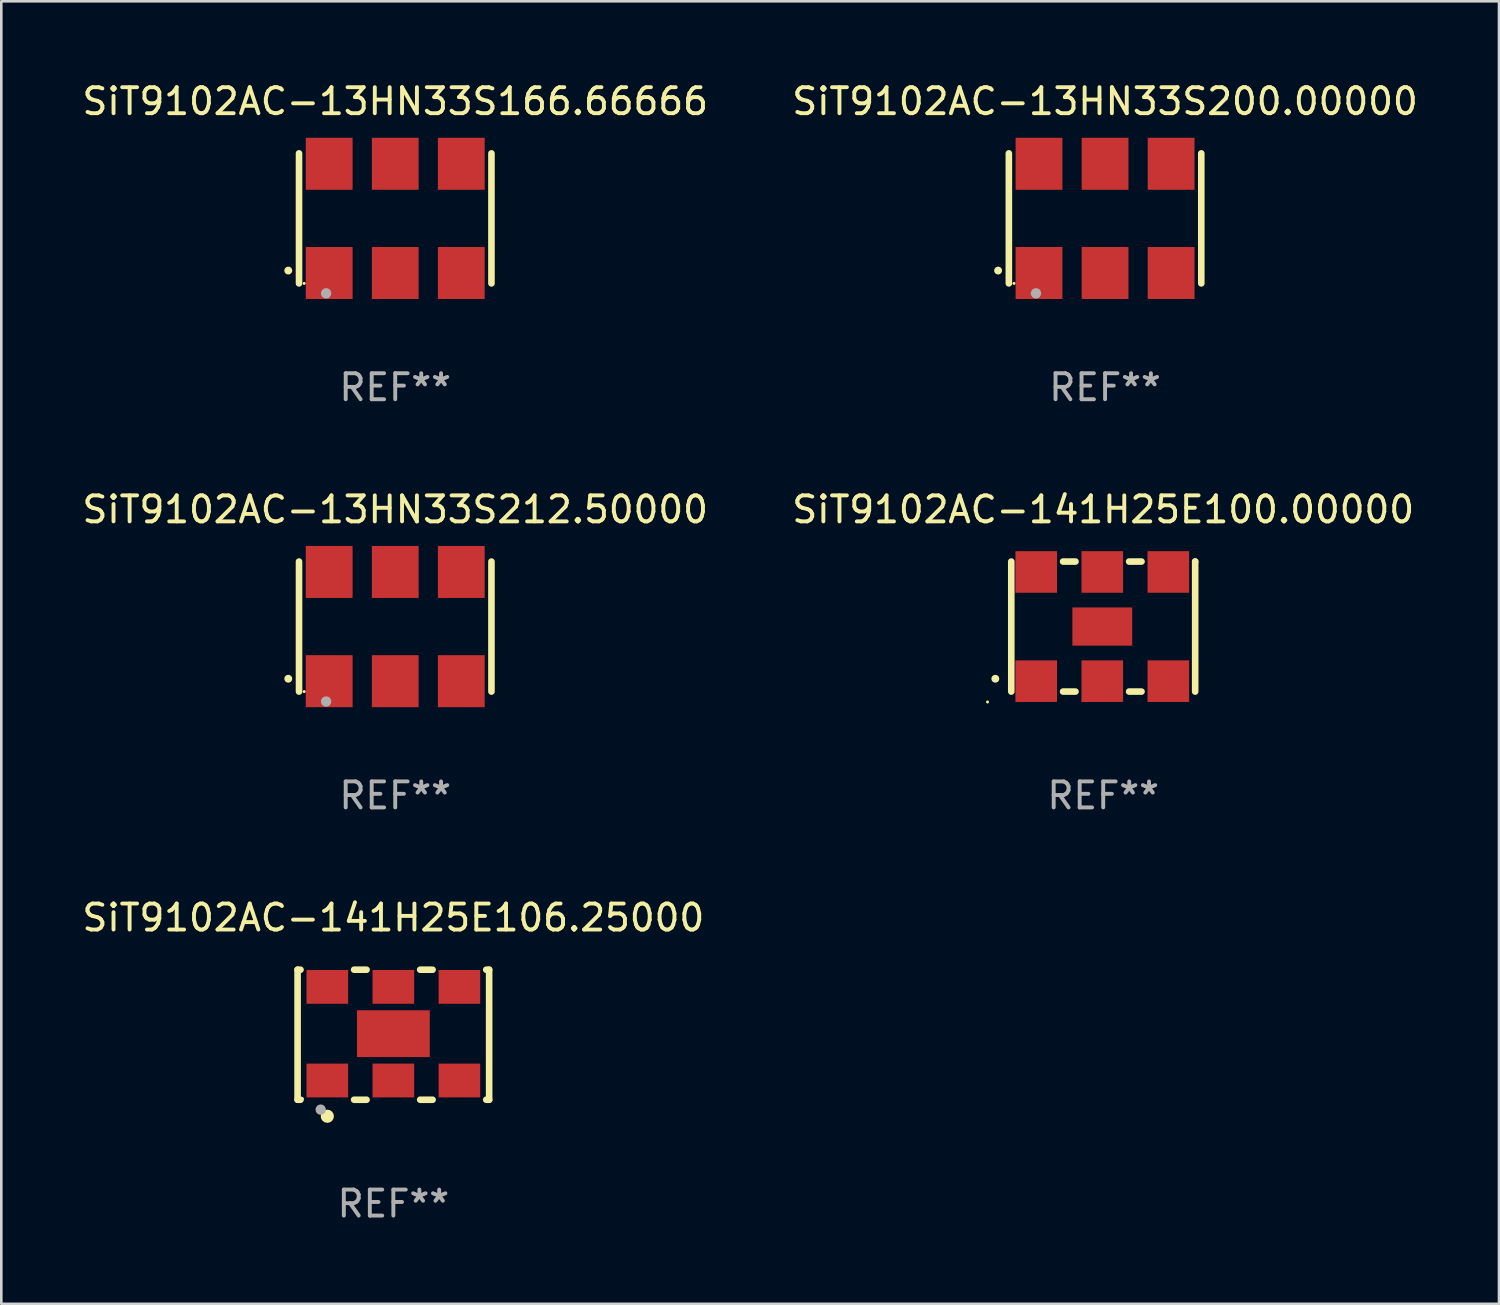
<source format=kicad_pcb>
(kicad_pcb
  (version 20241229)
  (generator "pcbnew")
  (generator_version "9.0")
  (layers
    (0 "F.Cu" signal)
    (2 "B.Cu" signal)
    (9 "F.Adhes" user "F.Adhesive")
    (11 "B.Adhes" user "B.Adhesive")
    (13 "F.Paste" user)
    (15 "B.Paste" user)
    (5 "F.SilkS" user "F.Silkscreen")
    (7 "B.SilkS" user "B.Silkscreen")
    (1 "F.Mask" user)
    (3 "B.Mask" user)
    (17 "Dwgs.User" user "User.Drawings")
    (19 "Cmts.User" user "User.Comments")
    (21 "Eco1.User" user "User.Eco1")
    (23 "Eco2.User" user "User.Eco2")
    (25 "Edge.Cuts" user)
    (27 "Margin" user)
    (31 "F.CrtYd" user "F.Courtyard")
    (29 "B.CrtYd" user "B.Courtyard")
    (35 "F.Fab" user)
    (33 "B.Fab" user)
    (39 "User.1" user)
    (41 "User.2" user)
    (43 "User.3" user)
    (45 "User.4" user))
  (footprint "SiT9102AC-13HN33S166.66666"
    (layer "F.Cu")
    (at 12.149 5.348)
    (property "Reference" "SiT9102AC-13HN33S166.66666" (at 0 -4.5 0) (layer "F.SilkS") (effects (font (size 1 1) (thickness 0.15))))
    (attr through_hole)
    (fp_line (start -3.7 -2.5) (end -3.7 2.5) (stroke (width 0.254) (type solid)) (layer "F.SilkS"))
    (fp_line (start 3.7 -2.5) (end 3.7 2.5) (stroke (width 0.254) (type solid)) (layer "F.SilkS"))
    (fp_arc (start -4.114415 2.006604) (mid -4.113145 2.006599) (end -4.111875 2.006604) (stroke (width 0.3) (type solid)) (layer "F.SilkS"))
    (fp_circle (center -3.502 2.5) (end -3.472 2.5) (stroke (width 0.06) (type solid)) (fill no) (layer "F.SilkS"))
    (fp_circle (center -2.657 2.882) (end -2.557 2.882) (stroke (width 0.2) (type solid)) (fill no) (layer "F.Fab"))
    (fp_text user "REF**" (at 0 6.5 0) (layer "F.Fab") (effects (font (size 1 1) (thickness 0.15))))
    (pad "1" smd rect (at -2.54 2.1) (size 1.8 2) (layers "F.Cu" "F.Mask" "F.Paste"))
    (pad "2" smd rect (at 0.000394 2.1) (size 1.8 2) (layers "F.Cu" "F.Mask" "F.Paste"))
    (pad "3" smd rect (at 2.54 2.1) (size 1.8 2) (layers "F.Cu" "F.Mask" "F.Paste"))
    (pad "4" smd rect (at 2.54 -2.1) (size 1.8 2) (layers "F.Cu" "F.Mask" "F.Paste"))
    (pad "5" smd rect (at 0.000394 -2.1) (size 1.8 2) (layers "F.Cu" "F.Mask" "F.Paste"))
    (pad "6" smd rect (at -2.54 -2.1) (size 1.8 2) (layers "F.Cu" "F.Mask" "F.Paste")))
  (footprint "SiT9102AC-13HN33S200.00000"
    (layer "F.Cu")
    (at 39.446 5.348)
    (property "Reference" "SiT9102AC-13HN33S200.00000" (at 0 -4.5 0) (layer "F.SilkS") (effects (font (size 1 1) (thickness 0.15))))
    (attr through_hole)
    (fp_line (start -3.7 -2.5) (end -3.7 2.5) (stroke (width 0.254) (type solid)) (layer "F.SilkS"))
    (fp_line (start 3.7 -2.5) (end 3.7 2.5) (stroke (width 0.254) (type solid)) (layer "F.SilkS"))
    (fp_arc (start -4.114415 2.006604) (mid -4.113145 2.006599) (end -4.111875 2.006604) (stroke (width 0.3) (type solid)) (layer "F.SilkS"))
    (fp_circle (center -3.502 2.5) (end -3.472 2.5) (stroke (width 0.06) (type solid)) (fill no) (layer "F.SilkS"))
    (fp_circle (center -2.657 2.882) (end -2.557 2.882) (stroke (width 0.2) (type solid)) (fill no) (layer "F.Fab"))
    (fp_text user "REF**" (at 0 6.5 0) (layer "F.Fab") (effects (font (size 1 1) (thickness 0.15))))
    (pad "1" smd rect (at -2.54 2.1) (size 1.8 2) (layers "F.Cu" "F.Mask" "F.Paste"))
    (pad "2" smd rect (at 0.000394 2.1) (size 1.8 2) (layers "F.Cu" "F.Mask" "F.Paste"))
    (pad "3" smd rect (at 2.54 2.1) (size 1.8 2) (layers "F.Cu" "F.Mask" "F.Paste"))
    (pad "4" smd rect (at 2.54 -2.1) (size 1.8 2) (layers "F.Cu" "F.Mask" "F.Paste"))
    (pad "5" smd rect (at 0.000394 -2.1) (size 1.8 2) (layers "F.Cu" "F.Mask" "F.Paste"))
    (pad "6" smd rect (at -2.54 -2.1) (size 1.8 2) (layers "F.Cu" "F.Mask" "F.Paste")))
  (footprint "SiT9102AC-13HN33S212.50000"
    (layer "F.Cu")
    (at 12.149 21.045)
    (property "Reference" "SiT9102AC-13HN33S212.50000" (at 0 -4.5 0) (layer "F.SilkS") (effects (font (size 1 1) (thickness 0.15))))
    (attr through_hole)
    (fp_line (start -3.7 -2.5) (end -3.7 2.5) (stroke (width 0.254) (type solid)) (layer "F.SilkS"))
    (fp_line (start 3.7 -2.5) (end 3.7 2.5) (stroke (width 0.254) (type solid)) (layer "F.SilkS"))
    (fp_arc (start -4.114415 2.006604) (mid -4.113145 2.006599) (end -4.111875 2.006604) (stroke (width 0.3) (type solid)) (layer "F.SilkS"))
    (fp_circle (center -3.502 2.5) (end -3.472 2.5) (stroke (width 0.06) (type solid)) (fill no) (layer "F.SilkS"))
    (fp_circle (center -2.657 2.882) (end -2.557 2.882) (stroke (width 0.2) (type solid)) (fill no) (layer "F.Fab"))
    (fp_text user "REF**" (at 0 6.5 0) (layer "F.Fab") (effects (font (size 1 1) (thickness 0.15))))
    (pad "1" smd rect (at -2.54 2.1) (size 1.8 2) (layers "F.Cu" "F.Mask" "F.Paste"))
    (pad "2" smd rect (at 0.000394 2.1) (size 1.8 2) (layers "F.Cu" "F.Mask" "F.Paste"))
    (pad "3" smd rect (at 2.54 2.1) (size 1.8 2) (layers "F.Cu" "F.Mask" "F.Paste"))
    (pad "4" smd rect (at 2.54 -2.1) (size 1.8 2) (layers "F.Cu" "F.Mask" "F.Paste"))
    (pad "5" smd rect (at 0.000394 -2.1) (size 1.8 2) (layers "F.Cu" "F.Mask" "F.Paste"))
    (pad "6" smd rect (at -2.54 -2.1) (size 1.8 2) (layers "F.Cu" "F.Mask" "F.Paste")))
  (footprint "SiT9102AC-141H25E106.25000"
    (layer "F.Cu")
    (at 12.077 36.741)
    (property "Reference" "SiT9102AC-141H25E106.25000" (at 0 -4.5 0) (layer "F.SilkS") (effects (font (size 1 1) (thickness 0.15))))
    (attr through_hole)
    (fp_line (start -3.683 -2.5) (end -3.571 -2.5) (stroke (width 0.254) (type solid)) (layer "F.SilkS"))
    (fp_line (start -3.683 2.5) (end -3.683 -2.5) (stroke (width 0.254) (type solid)) (layer "F.SilkS"))
    (fp_line (start -3.683 2.5) (end -3.571 2.5) (stroke (width 0.254) (type solid)) (layer "F.SilkS"))
    (fp_line (start -1.509 -2.5) (end -1.031 -2.5) (stroke (width 0.254) (type solid)) (layer "F.SilkS"))
    (fp_line (start -1.509 2.5) (end -1.031 2.5) (stroke (width 0.254) (type solid)) (layer "F.SilkS"))
    (fp_line (start 1.031 -2.5) (end 1.509 -2.5) (stroke (width 0.254) (type solid)) (layer "F.SilkS"))
    (fp_line (start 1.031 2.5) (end 1.509 2.5) (stroke (width 0.254) (type solid)) (layer "F.SilkS"))
    (fp_line (start 3.571 -2.5) (end 3.683 -2.5) (stroke (width 0.254) (type solid)) (layer "F.SilkS"))
    (fp_line (start 3.571 2.5) (end 3.683 2.5) (stroke (width 0.254) (type solid)) (layer "F.SilkS"))
    (fp_line (start 3.683 2.5) (end 3.683 -2.5) (stroke (width 0.254) (type solid)) (layer "F.SilkS"))
    (fp_circle (center -3.5 2.46) (end -3.47 2.46) (stroke (width 0.06) (type solid)) (fill no) (layer "F.SilkS"))
    (fp_circle (center -2.54 3.135) (end -2.413 3.135) (stroke (width 0.254) (type solid)) (fill no) (layer "F.SilkS"))
    (fp_circle (center -2.794 2.881) (end -2.694 2.881) (stroke (width 0.2) (type solid)) (fill no) (layer "F.Fab"))
    (fp_text user "REF**" (at 0 6.5 0) (layer "F.Fab") (effects (font (size 1 1) (thickness 0.15))))
    (pad "1" smd rect (at -2.54 1.76) (size 1.6 1.3) (layers "F.Cu" "F.Mask" "F.Paste"))
    (pad "2" smd rect (at 0 1.76) (size 1.6 1.3) (layers "F.Cu" "F.Mask" "F.Paste"))
    (pad "3" smd rect (at 2.54 1.76) (size 1.6 1.3) (layers "F.Cu" "F.Mask" "F.Paste"))
    (pad "4" smd rect (at 2.54 -1.84) (size 1.6 1.3) (layers "F.Cu" "F.Mask" "F.Paste"))
    (pad "5" smd rect (at 0 -1.84) (size 1.6 1.3) (layers "F.Cu" "F.Mask" "F.Paste"))
    (pad "6" smd rect (at -2.54 -1.84) (size 1.6 1.3) (layers "F.Cu" "F.Mask" "F.Paste"))
    (pad "7" smd rect (at 0 -0.04) (size 2.8 1.8) (layers "F.Cu" "F.Mask" "F.Paste")))
  (footprint "SiT9102AC-141H25E100.00000"
    (layer "F.Cu")
    (at 39.375 21.045)
    (property "Reference" "SiT9102AC-141H25E100.00000" (at 0 -4.5 0) (layer "F.SilkS") (effects (font (size 1 1) (thickness 0.15))))
    (attr through_hole)
    (fp_line (start -3.536 -2.5) (end -3.536 2.5) (stroke (width 0.254) (type solid)) (layer "F.SilkS"))
    (fp_line (start -1.544 2.5) (end -1.067 2.5) (stroke (width 0.254) (type solid)) (layer "F.SilkS"))
    (fp_line (start -1.067 -2.5) (end -1.544 -2.5) (stroke (width 0.254) (type solid)) (layer "F.SilkS"))
    (fp_line (start 0.996 2.5) (end 1.473 2.5) (stroke (width 0.254) (type solid)) (layer "F.SilkS"))
    (fp_line (start 1.473 -2.5) (end 0.996 -2.5) (stroke (width 0.254) (type solid)) (layer "F.SilkS"))
    (fp_line (start 3.536 -2.5) (end 3.536 -2.5) (stroke (width 0.254) (type solid)) (layer "F.SilkS"))
    (fp_line (start 3.536 2.5) (end 3.536 -2.5) (stroke (width 0.254) (type solid)) (layer "F.SilkS"))
    (fp_arc (start -4.150432 2.006604) (mid -4.149162 2.006599) (end -4.147892 2.006604) (stroke (width 0.3) (type solid)) (layer "F.SilkS"))
    (fp_circle (center -4.449 2.9) (end -4.419 2.9) (stroke (width 0.06) (type solid)) (fill no) (layer "F.SilkS"))
    (fp_text user "REF**" (at 0 6.5 0) (layer "F.Fab") (effects (font (size 1 1) (thickness 0.15))))
    (pad "1" smd rect (at -2.576 2.1) (size 1.6 1.6) (layers "F.Cu" "F.Mask" "F.Paste"))
    (pad "2" smd rect (at -0.036 2.1) (size 1.6 1.6) (layers "F.Cu" "F.Mask" "F.Paste"))
    (pad "3" smd rect (at 2.504 2.1) (size 1.6 1.6) (layers "F.Cu" "F.Mask" "F.Paste"))
    (pad "4" smd rect (at 2.504 -2.1) (size 1.6 1.6) (layers "F.Cu" "F.Mask" "F.Paste"))
    (pad "5" smd rect (at -0.036 -2.1) (size 1.6 1.6) (layers "F.Cu" "F.Mask" "F.Paste"))
    (pad "6" smd rect (at -2.576 -2.1) (size 1.6 1.6) (layers "F.Cu" "F.Mask" "F.Paste"))
    (pad "7" smd rect (at -0.036 0) (size 2.3 1.47) (layers "F.Cu" "F.Mask" "F.Paste")))
  (gr_rect
    (start -3 -3)
    (end 54.595 47.09)
    (stroke (width 0.1) (type default))
    (fill no)
    (layer "Edge.Cuts")))
</source>
